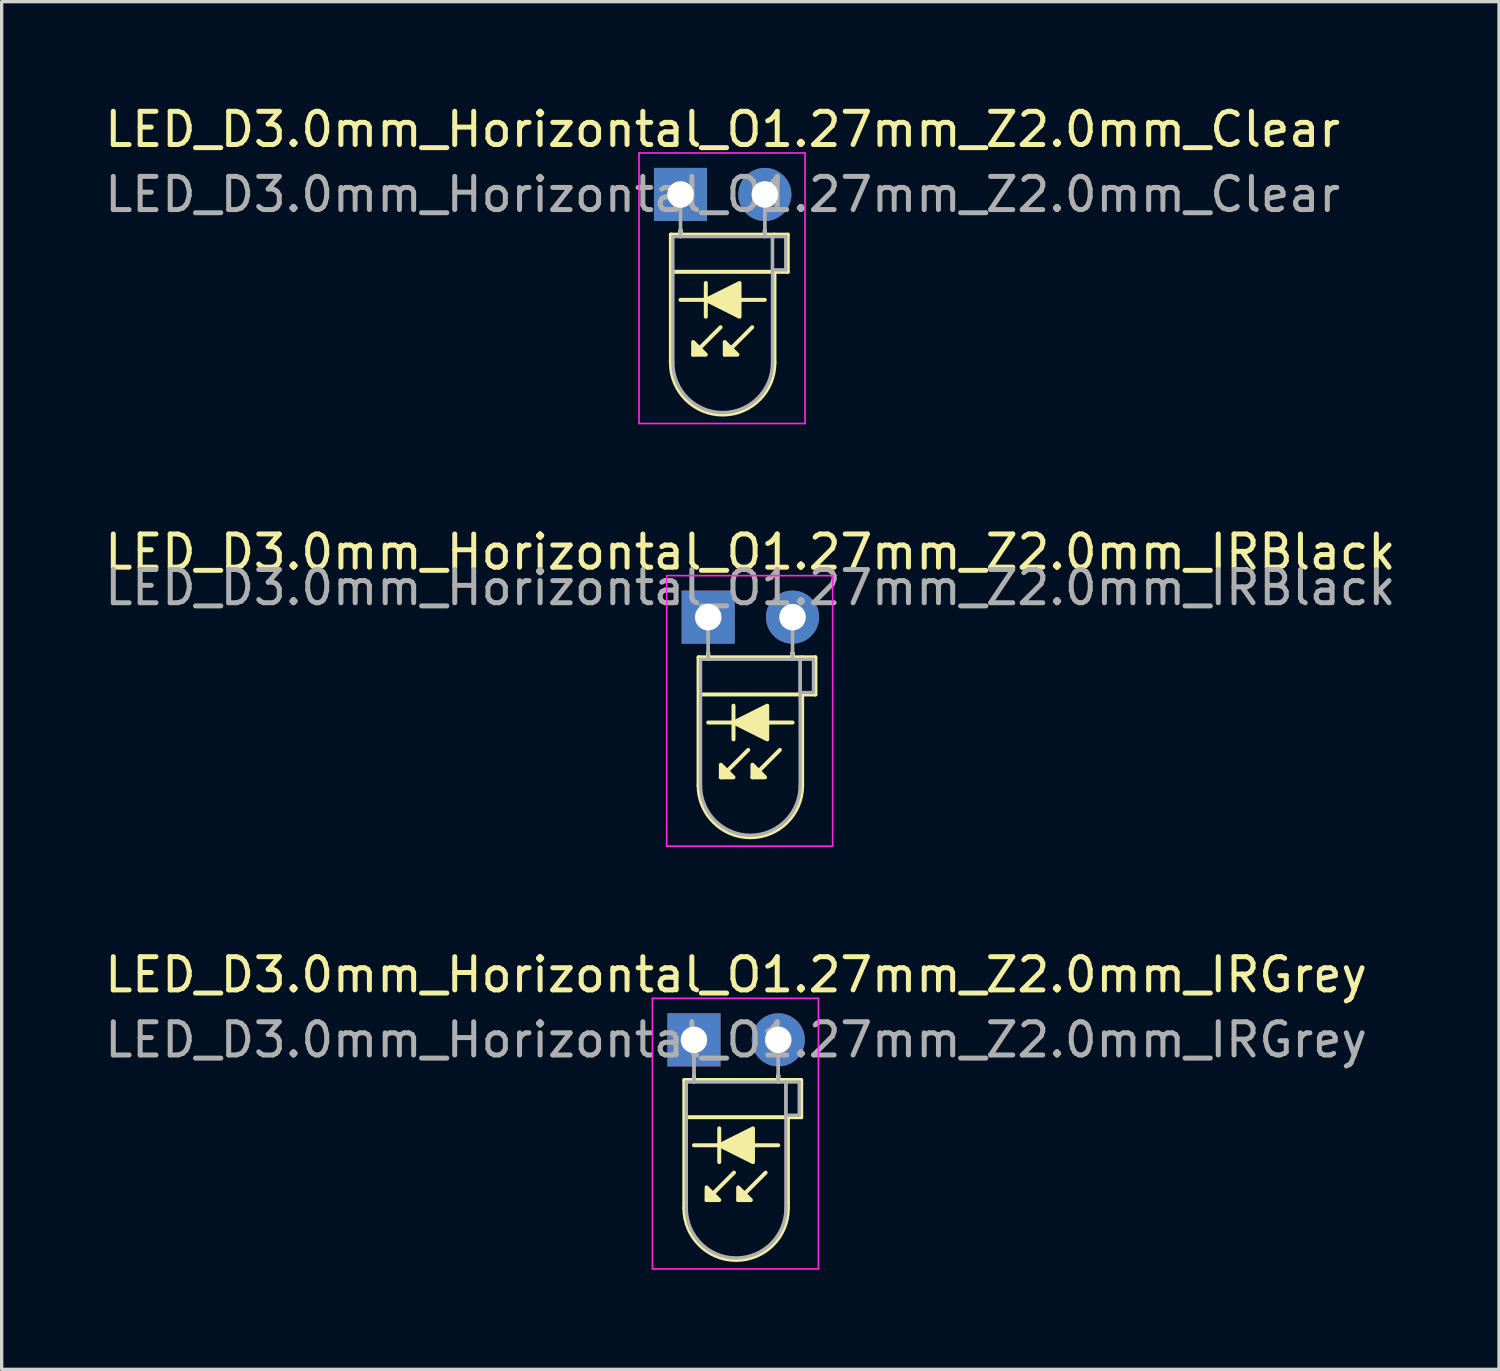
<source format=kicad_pcb>
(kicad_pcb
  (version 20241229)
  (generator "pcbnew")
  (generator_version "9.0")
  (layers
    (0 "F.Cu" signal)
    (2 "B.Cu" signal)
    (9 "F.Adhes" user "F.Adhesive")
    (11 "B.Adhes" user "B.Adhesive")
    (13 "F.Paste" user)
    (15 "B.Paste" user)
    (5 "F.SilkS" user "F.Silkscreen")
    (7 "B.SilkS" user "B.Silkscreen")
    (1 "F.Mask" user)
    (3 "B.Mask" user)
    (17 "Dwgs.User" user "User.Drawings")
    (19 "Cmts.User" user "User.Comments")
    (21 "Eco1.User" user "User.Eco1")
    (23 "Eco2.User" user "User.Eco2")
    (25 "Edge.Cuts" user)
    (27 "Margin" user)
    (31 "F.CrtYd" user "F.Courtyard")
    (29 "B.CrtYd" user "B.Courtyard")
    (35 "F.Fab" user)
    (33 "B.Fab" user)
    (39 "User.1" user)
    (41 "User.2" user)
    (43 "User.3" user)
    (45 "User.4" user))
  (footprint "LED_D3.0mm_Horizontal_O1.27mm_Z2.0mm_IRBlack"
    (layer "F.Cu")
    (at 18.284 15.541)
    (property "Reference" "LED_D3.0mm_Horizontal_O1.27mm_Z2.0mm_IRBlack" (at 1.27 -1.96 0) (layer "F.SilkS") (effects (font (size 1 1) (thickness 0.15))))
    (fp_line (start -0.29 1.21) (end -0.29 5.07) (stroke (width 0.12) (type solid)) (layer "F.SilkS"))
    (fp_line (start -0.29 1.21) (end 2.83 1.21) (stroke (width 0.12) (type solid)) (layer "F.SilkS"))
    (fp_line (start 0 1.08) (end 0 1.08) (stroke (width 0.12) (type solid)) (layer "F.SilkS"))
    (fp_line (start 0 1.08) (end 0 1.21) (stroke (width 0.12) (type solid)) (layer "F.SilkS"))
    (fp_line (start 0 1.21) (end 0 1.08) (stroke (width 0.12) (type solid)) (layer "F.SilkS"))
    (fp_line (start 0 1.21) (end 0 1.21) (stroke (width 0.12) (type solid)) (layer "F.SilkS"))
    (fp_line (start 0.762 2.667) (end 0.762 3.683) (stroke (width 0.12) (type solid)) (layer "F.SilkS"))
    (fp_line (start 1.206 4) (end 0.381 4.826) (stroke (width 0.12) (type solid)) (layer "F.SilkS"))
    (fp_line (start 2.159 4) (end 1.333 4.826) (stroke (width 0.12) (type solid)) (layer "F.SilkS"))
    (fp_line (start 2.54 1.08) (end 2.54 1.08) (stroke (width 0.12) (type solid)) (layer "F.SilkS"))
    (fp_line (start 2.54 1.08) (end 2.54 1.21) (stroke (width 0.12) (type solid)) (layer "F.SilkS"))
    (fp_line (start 2.54 1.21) (end 2.54 1.08) (stroke (width 0.12) (type solid)) (layer "F.SilkS"))
    (fp_line (start 2.54 1.21) (end 2.54 1.21) (stroke (width 0.12) (type solid)) (layer "F.SilkS"))
    (fp_line (start 2.54 3.175) (end 0 3.175) (stroke (width 0.12) (type solid)) (layer "F.SilkS"))
    (fp_line (start 2.83 1.21) (end 3.23 1.21) (stroke (width 0.12) (type solid)) (layer "F.SilkS"))
    (fp_line (start 2.83 2.33) (end 2.83 5.07) (stroke (width 0.12) (type solid)) (layer "F.SilkS"))
    (fp_line (start 3.23 1.21) (end 3.23 2.33) (stroke (width 0.12) (type solid)) (layer "F.SilkS"))
    (fp_line (start 3.23 2.33) (end -0.254 2.33) (stroke (width 0.12) (type solid)) (layer "F.SilkS"))
    (fp_arc (start 2.83 5.07) (mid 1.27 6.63) (end -0.29 5.07) (stroke (width 0.12) (type solid)) (layer "F.SilkS"))
    (fp_poly (pts (xy 0.381 4.445) (xy 0.762 4.826) (xy 0.381 4.826)) (stroke (width 0.12) (type solid)) (fill yes) (layer "F.SilkS"))
    (fp_poly (pts (xy 1.333 4.445) (xy 1.714 4.826) (xy 1.333 4.826)) (stroke (width 0.12) (type solid)) (fill yes) (layer "F.SilkS"))
    (fp_poly (pts (xy 1.778 3.683) (xy 0.762 3.175) (xy 1.778 2.667)) (stroke (width 0.12) (type solid)) (fill yes) (layer "F.SilkS"))
    (fp_line (start -1.25 -1.25) (end -1.25 6.9) (stroke (width 0.05) (type solid)) (layer "F.CrtYd"))
    (fp_line (start -1.25 6.9) (end 3.75 6.9) (stroke (width 0.05) (type solid)) (layer "F.CrtYd"))
    (fp_line (start 3.75 -1.25) (end -1.25 -1.25) (stroke (width 0.05) (type solid)) (layer "F.CrtYd"))
    (fp_line (start 3.75 6.9) (end 3.75 -1.25) (stroke (width 0.05) (type solid)) (layer "F.CrtYd"))
    (fp_line (start -0.23 1.27) (end -0.23 5.07) (stroke (width 0.1) (type solid)) (layer "F.Fab"))
    (fp_line (start -0.23 1.27) (end 2.77 1.27) (stroke (width 0.1) (type solid)) (layer "F.Fab"))
    (fp_line (start 0 0) (end 0 0) (stroke (width 0.1) (type solid)) (layer "F.Fab"))
    (fp_line (start 0 0) (end 0 1.27) (stroke (width 0.1) (type solid)) (layer "F.Fab"))
    (fp_line (start 0 1.27) (end 0 0) (stroke (width 0.1) (type solid)) (layer "F.Fab"))
    (fp_line (start 0 1.27) (end 0 1.27) (stroke (width 0.1) (type solid)) (layer "F.Fab"))
    (fp_line (start 2.54 0) (end 2.54 0) (stroke (width 0.1) (type solid)) (layer "F.Fab"))
    (fp_line (start 2.54 0) (end 2.54 1.27) (stroke (width 0.1) (type solid)) (layer "F.Fab"))
    (fp_line (start 2.54 1.27) (end 2.54 0) (stroke (width 0.1) (type solid)) (layer "F.Fab"))
    (fp_line (start 2.54 1.27) (end 2.54 1.27) (stroke (width 0.1) (type solid)) (layer "F.Fab"))
    (fp_line (start 2.77 1.27) (end 2.77 5.07) (stroke (width 0.1) (type solid)) (layer "F.Fab"))
    (fp_line (start 2.77 1.27) (end 3.17 1.27) (stroke (width 0.1) (type solid)) (layer "F.Fab"))
    (fp_line (start 2.77 2.27) (end 2.77 1.27) (stroke (width 0.1) (type solid)) (layer "F.Fab"))
    (fp_line (start 3.17 1.27) (end 3.17 2.27) (stroke (width 0.1) (type solid)) (layer "F.Fab"))
    (fp_line (start 3.17 2.27) (end 2.77 2.27) (stroke (width 0.1) (type solid)) (layer "F.Fab"))
    (fp_arc (start 2.77 5.07) (mid 1.27 6.57) (end -0.23 5.07) (stroke (width 0.1) (type solid)) (layer "F.Fab"))
    (fp_text user "${REFERENCE}" (at 1.27 -0.889 0) (layer "F.Fab") (effects (font (size 1 1) (thickness 0.15))))
    (pad "1" thru_hole rect (at 0 0) (size 1.6 1.6) (drill 0.8) (layers "*.Cu" "*.Mask"))
    (pad "2" thru_hole circle (at 2.54 0) (size 1.6 1.6) (drill 0.8) (layers "*.Cu" "*.Mask")))
  (footprint "LED_D3.0mm_Horizontal_O1.27mm_Z2.0mm_Clear"
    (layer "F.Cu")
    (at 17.45 2.808)
    (property "Reference" "LED_D3.0mm_Horizontal_O1.27mm_Z2.0mm_Clear" (at 1.27 -1.96 0) (layer "F.SilkS") (effects (font (size 1 1) (thickness 0.15))))
    (fp_line (start -0.29 1.21) (end -0.29 5.07) (stroke (width 0.12) (type solid)) (layer "F.SilkS"))
    (fp_line (start -0.29 1.21) (end 2.83 1.21) (stroke (width 0.12) (type solid)) (layer "F.SilkS"))
    (fp_line (start 0 1.08) (end 0 1.08) (stroke (width 0.12) (type solid)) (layer "F.SilkS"))
    (fp_line (start 0 1.08) (end 0 1.21) (stroke (width 0.12) (type solid)) (layer "F.SilkS"))
    (fp_line (start 0 1.21) (end 0 1.08) (stroke (width 0.12) (type solid)) (layer "F.SilkS"))
    (fp_line (start 0 1.21) (end 0 1.21) (stroke (width 0.12) (type solid)) (layer "F.SilkS"))
    (fp_line (start 0.762 2.667) (end 0.762 3.683) (stroke (width 0.12) (type solid)) (layer "F.SilkS"))
    (fp_line (start 1.206 4) (end 0.381 4.826) (stroke (width 0.12) (type solid)) (layer "F.SilkS"))
    (fp_line (start 2.159 4) (end 1.333 4.826) (stroke (width 0.12) (type solid)) (layer "F.SilkS"))
    (fp_line (start 2.54 1.08) (end 2.54 1.08) (stroke (width 0.12) (type solid)) (layer "F.SilkS"))
    (fp_line (start 2.54 1.08) (end 2.54 1.21) (stroke (width 0.12) (type solid)) (layer "F.SilkS"))
    (fp_line (start 2.54 1.21) (end 2.54 1.08) (stroke (width 0.12) (type solid)) (layer "F.SilkS"))
    (fp_line (start 2.54 1.21) (end 2.54 1.21) (stroke (width 0.12) (type solid)) (layer "F.SilkS"))
    (fp_line (start 2.54 3.175) (end 0 3.175) (stroke (width 0.12) (type solid)) (layer "F.SilkS"))
    (fp_line (start 2.83 1.21) (end 3.23 1.21) (stroke (width 0.12) (type solid)) (layer "F.SilkS"))
    (fp_line (start 2.83 2.33) (end 2.83 5.07) (stroke (width 0.12) (type solid)) (layer "F.SilkS"))
    (fp_line (start 3.23 1.21) (end 3.23 2.33) (stroke (width 0.12) (type solid)) (layer "F.SilkS"))
    (fp_line (start 3.23 2.33) (end -0.254 2.33) (stroke (width 0.12) (type solid)) (layer "F.SilkS"))
    (fp_arc (start 2.83 5.07) (mid 1.27 6.63) (end -0.29 5.07) (stroke (width 0.12) (type solid)) (layer "F.SilkS"))
    (fp_poly (pts (xy 0.381 4.445) (xy 0.762 4.826) (xy 0.381 4.826)) (stroke (width 0.12) (type solid)) (fill yes) (layer "F.SilkS"))
    (fp_poly (pts (xy 1.333 4.445) (xy 1.714 4.826) (xy 1.333 4.826)) (stroke (width 0.12) (type solid)) (fill yes) (layer "F.SilkS"))
    (fp_poly (pts (xy 1.778 3.683) (xy 0.762 3.175) (xy 1.778 2.667)) (stroke (width 0.12) (type solid)) (fill yes) (layer "F.SilkS"))
    (fp_line (start -1.25 -1.25) (end -1.25 6.9) (stroke (width 0.05) (type solid)) (layer "F.CrtYd"))
    (fp_line (start -1.25 6.9) (end 3.75 6.9) (stroke (width 0.05) (type solid)) (layer "F.CrtYd"))
    (fp_line (start 3.75 -1.25) (end -1.25 -1.25) (stroke (width 0.05) (type solid)) (layer "F.CrtYd"))
    (fp_line (start 3.75 6.9) (end 3.75 -1.25) (stroke (width 0.05) (type solid)) (layer "F.CrtYd"))
    (fp_line (start -0.23 1.27) (end -0.23 5.07) (stroke (width 0.1) (type solid)) (layer "F.Fab"))
    (fp_line (start -0.23 1.27) (end 2.77 1.27) (stroke (width 0.1) (type solid)) (layer "F.Fab"))
    (fp_line (start 0 0) (end 0 0) (stroke (width 0.1) (type solid)) (layer "F.Fab"))
    (fp_line (start 0 0) (end 0 1.27) (stroke (width 0.1) (type solid)) (layer "F.Fab"))
    (fp_line (start 0 1.27) (end 0 0) (stroke (width 0.1) (type solid)) (layer "F.Fab"))
    (fp_line (start 0 1.27) (end 0 1.27) (stroke (width 0.1) (type solid)) (layer "F.Fab"))
    (fp_line (start 2.54 0) (end 2.54 0) (stroke (width 0.1) (type solid)) (layer "F.Fab"))
    (fp_line (start 2.54 0) (end 2.54 1.27) (stroke (width 0.1) (type solid)) (layer "F.Fab"))
    (fp_line (start 2.54 1.27) (end 2.54 0) (stroke (width 0.1) (type solid)) (layer "F.Fab"))
    (fp_line (start 2.54 1.27) (end 2.54 1.27) (stroke (width 0.1) (type solid)) (layer "F.Fab"))
    (fp_line (start 2.77 1.27) (end 2.77 5.07) (stroke (width 0.1) (type solid)) (layer "F.Fab"))
    (fp_line (start 2.77 1.27) (end 3.17 1.27) (stroke (width 0.1) (type solid)) (layer "F.Fab"))
    (fp_line (start 2.77 2.27) (end 2.77 1.27) (stroke (width 0.1) (type solid)) (layer "F.Fab"))
    (fp_line (start 3.17 1.27) (end 3.17 2.27) (stroke (width 0.1) (type solid)) (layer "F.Fab"))
    (fp_line (start 3.17 2.27) (end 2.77 2.27) (stroke (width 0.1) (type solid)) (layer "F.Fab"))
    (fp_arc (start 2.77 5.07) (mid 1.27 6.57) (end -0.23 5.07) (stroke (width 0.1) (type solid)) (layer "F.Fab"))
    (fp_text user "${REFERENCE}" (at 1.27 0 0) (layer "F.Fab") (effects (font (size 1 1) (thickness 0.15))))
    (pad "1" thru_hole rect (at 0 0) (size 1.6 1.6) (drill 0.8) (layers "*.Cu" "*.Mask"))
    (pad "2" thru_hole oval (at 2.54 0) (size 1.6 1.6) (drill 0.8) (layers "*.Cu" "*.Mask")))
  (footprint "LED_D3.0mm_Horizontal_O1.27mm_Z2.0mm_IRGrey"
    (layer "F.Cu")
    (at 17.855 28.275)
    (property "Reference" "LED_D3.0mm_Horizontal_O1.27mm_Z2.0mm_IRGrey" (at 1.27 -1.96 0) (layer "F.SilkS") (effects (font (size 1 1) (thickness 0.15))))
    (fp_line (start -0.29 1.21) (end -0.29 5.07) (stroke (width 0.12) (type solid)) (layer "F.SilkS"))
    (fp_line (start -0.29 1.21) (end 2.83 1.21) (stroke (width 0.12) (type solid)) (layer "F.SilkS"))
    (fp_line (start 0 1.08) (end 0 1.08) (stroke (width 0.12) (type solid)) (layer "F.SilkS"))
    (fp_line (start 0 1.08) (end 0 1.21) (stroke (width 0.12) (type solid)) (layer "F.SilkS"))
    (fp_line (start 0 1.21) (end 0 1.08) (stroke (width 0.12) (type solid)) (layer "F.SilkS"))
    (fp_line (start 0 1.21) (end 0 1.21) (stroke (width 0.12) (type solid)) (layer "F.SilkS"))
    (fp_line (start 0.762 2.667) (end 0.762 3.683) (stroke (width 0.12) (type solid)) (layer "F.SilkS"))
    (fp_line (start 1.206 4) (end 0.381 4.826) (stroke (width 0.12) (type solid)) (layer "F.SilkS"))
    (fp_line (start 2.159 4) (end 1.333 4.826) (stroke (width 0.12) (type solid)) (layer "F.SilkS"))
    (fp_line (start 2.54 1.08) (end 2.54 1.08) (stroke (width 0.12) (type solid)) (layer "F.SilkS"))
    (fp_line (start 2.54 1.08) (end 2.54 1.21) (stroke (width 0.12) (type solid)) (layer "F.SilkS"))
    (fp_line (start 2.54 1.21) (end 2.54 1.08) (stroke (width 0.12) (type solid)) (layer "F.SilkS"))
    (fp_line (start 2.54 1.21) (end 2.54 1.21) (stroke (width 0.12) (type solid)) (layer "F.SilkS"))
    (fp_line (start 2.54 3.175) (end 0 3.175) (stroke (width 0.12) (type solid)) (layer "F.SilkS"))
    (fp_line (start 2.83 1.21) (end 3.23 1.21) (stroke (width 0.12) (type solid)) (layer "F.SilkS"))
    (fp_line (start 2.83 2.33) (end 2.83 5.07) (stroke (width 0.12) (type solid)) (layer "F.SilkS"))
    (fp_line (start 3.23 1.21) (end 3.23 2.33) (stroke (width 0.12) (type solid)) (layer "F.SilkS"))
    (fp_line (start 3.23 2.33) (end -0.254 2.33) (stroke (width 0.12) (type solid)) (layer "F.SilkS"))
    (fp_arc (start 2.83 5.07) (mid 1.27 6.63) (end -0.29 5.07) (stroke (width 0.12) (type solid)) (layer "F.SilkS"))
    (fp_poly (pts (xy 0.381 4.445) (xy 0.762 4.826) (xy 0.381 4.826)) (stroke (width 0.12) (type solid)) (fill yes) (layer "F.SilkS"))
    (fp_poly (pts (xy 1.333 4.445) (xy 1.714 4.826) (xy 1.333 4.826)) (stroke (width 0.12) (type solid)) (fill yes) (layer "F.SilkS"))
    (fp_poly (pts (xy 1.778 3.683) (xy 0.762 3.175) (xy 1.778 2.667)) (stroke (width 0.12) (type solid)) (fill yes) (layer "F.SilkS"))
    (fp_line (start -1.25 -1.25) (end -1.25 6.9) (stroke (width 0.05) (type solid)) (layer "F.CrtYd"))
    (fp_line (start -1.25 6.9) (end 3.75 6.9) (stroke (width 0.05) (type solid)) (layer "F.CrtYd"))
    (fp_line (start 3.75 -1.25) (end -1.25 -1.25) (stroke (width 0.05) (type solid)) (layer "F.CrtYd"))
    (fp_line (start 3.75 6.9) (end 3.75 -1.25) (stroke (width 0.05) (type solid)) (layer "F.CrtYd"))
    (fp_line (start -0.23 1.27) (end -0.23 5.07) (stroke (width 0.1) (type solid)) (layer "F.Fab"))
    (fp_line (start -0.23 1.27) (end 2.77 1.27) (stroke (width 0.1) (type solid)) (layer "F.Fab"))
    (fp_line (start 0 0) (end 0 0) (stroke (width 0.1) (type solid)) (layer "F.Fab"))
    (fp_line (start 0 0) (end 0 1.27) (stroke (width 0.1) (type solid)) (layer "F.Fab"))
    (fp_line (start 0 1.27) (end 0 0) (stroke (width 0.1) (type solid)) (layer "F.Fab"))
    (fp_line (start 0 1.27) (end 0 1.27) (stroke (width 0.1) (type solid)) (layer "F.Fab"))
    (fp_line (start 2.54 0) (end 2.54 0) (stroke (width 0.1) (type solid)) (layer "F.Fab"))
    (fp_line (start 2.54 0) (end 2.54 1.27) (stroke (width 0.1) (type solid)) (layer "F.Fab"))
    (fp_line (start 2.54 1.27) (end 2.54 0) (stroke (width 0.1) (type solid)) (layer "F.Fab"))
    (fp_line (start 2.54 1.27) (end 2.54 1.27) (stroke (width 0.1) (type solid)) (layer "F.Fab"))
    (fp_line (start 2.77 1.27) (end 2.77 5.07) (stroke (width 0.1) (type solid)) (layer "F.Fab"))
    (fp_line (start 2.77 1.27) (end 3.17 1.27) (stroke (width 0.1) (type solid)) (layer "F.Fab"))
    (fp_line (start 2.77 2.27) (end 2.77 1.27) (stroke (width 0.1) (type solid)) (layer "F.Fab"))
    (fp_line (start 3.17 1.27) (end 3.17 2.27) (stroke (width 0.1) (type solid)) (layer "F.Fab"))
    (fp_line (start 3.17 2.27) (end 2.77 2.27) (stroke (width 0.1) (type solid)) (layer "F.Fab"))
    (fp_arc (start 2.77 5.07) (mid 1.27 6.57) (end -0.23 5.07) (stroke (width 0.1) (type solid)) (layer "F.Fab"))
    (fp_text user "${REFERENCE}" (at 1.27 0 0) (layer "F.Fab") (effects (font (size 1 1) (thickness 0.15))))
    (pad "1" thru_hole rect (at 0 0) (size 1.6 1.6) (drill 0.8) (layers "*.Cu" "*.Mask"))
    (pad "2" thru_hole circle (at 2.54 0) (size 1.6 1.6) (drill 0.8) (layers "*.Cu" "*.Mask")))
  (gr_rect
    (start -3 -3)
    (end 42.107 38.2)
    (stroke (width 0.1) (type default))
    (fill no)
    (layer "Edge.Cuts")))
</source>
